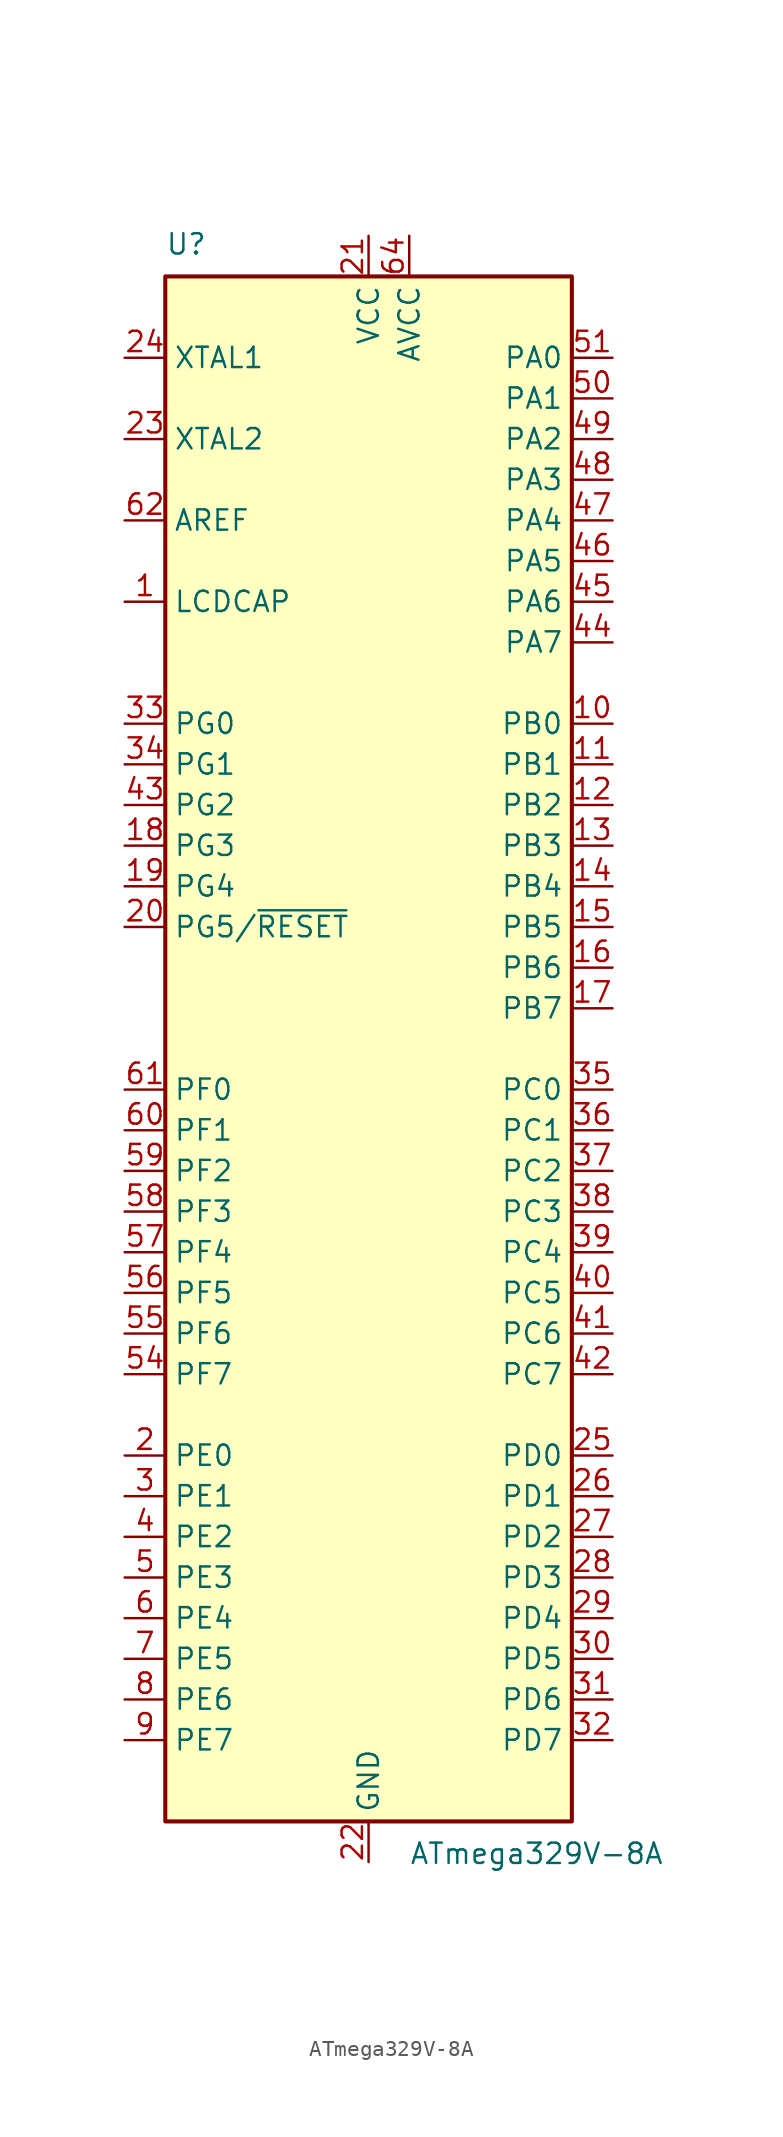
<source format=kicad_sym>
(kicad_symbol_lib
  (version 20201005)
  (generator kicad_symbol_editor)
  (symbol "ATmega329V-8A"
    (property "Reference" "U"
      (at -12.7 49.53 0)
      (effects (font (size 1.27 1.27)) (justify left bottom)))
    (property "Value" "ATmega329V-8A"
      (at 2.54 -49.53 0)
      (effects (font (size 1.27 1.27)) (justify left top)))
    (symbol "ATmega329V-8A_0_1"
      (rectangle (start -12.7 -48.26) (end 12.7 48.26) (stroke (width 0.254)) (fill (type background))))
    (symbol "ATmega329V-8A_1_1"
      (pin passive line (at -15.24 27.94 0) (length 2.54) (name "LCDCAP" (effects (font (size 1.27 1.27)))) (number "1" (effects (font (size 1.27 1.27)))))
      (pin bidirectional line (at 15.24 20.32 180) (length 2.54) (name "PB0" (effects (font (size 1.27 1.27)))) (number "10" (effects (font (size 1.27 1.27)))))
      (pin bidirectional line (at 15.24 17.78 180) (length 2.54) (name "PB1" (effects (font (size 1.27 1.27)))) (number "11" (effects (font (size 1.27 1.27)))))
      (pin bidirectional line (at 15.24 15.24 180) (length 2.54) (name "PB2" (effects (font (size 1.27 1.27)))) (number "12" (effects (font (size 1.27 1.27)))))
      (pin bidirectional line (at 15.24 12.7 180) (length 2.54) (name "PB3" (effects (font (size 1.27 1.27)))) (number "13" (effects (font (size 1.27 1.27)))))
      (pin bidirectional line (at 15.24 10.16 180) (length 2.54) (name "PB4" (effects (font (size 1.27 1.27)))) (number "14" (effects (font (size 1.27 1.27)))))
      (pin bidirectional line (at 15.24 7.62 180) (length 2.54) (name "PB5" (effects (font (size 1.27 1.27)))) (number "15" (effects (font (size 1.27 1.27)))))
      (pin bidirectional line (at 15.24 5.08 180) (length 2.54) (name "PB6" (effects (font (size 1.27 1.27)))) (number "16" (effects (font (size 1.27 1.27)))))
      (pin bidirectional line (at 15.24 2.54 180) (length 2.54) (name "PB7" (effects (font (size 1.27 1.27)))) (number "17" (effects (font (size 1.27 1.27)))))
      (pin bidirectional line (at -15.24 12.7 0) (length 2.54) (name "PG3" (effects (font (size 1.27 1.27)))) (number "18" (effects (font (size 1.27 1.27)))))
      (pin bidirectional line (at -15.24 10.16 0) (length 2.54) (name "PG4" (effects (font (size 1.27 1.27)))) (number "19" (effects (font (size 1.27 1.27)))))
      (pin bidirectional line (at -15.24 -25.4 0) (length 2.54) (name "PE0" (effects (font (size 1.27 1.27)))) (number "2" (effects (font (size 1.27 1.27)))))
      (pin bidirectional line (at -15.24 7.62 0) (length 2.54) (name "PG5/~RESET" (effects (font (size 1.27 1.27)))) (number "20" (effects (font (size 1.27 1.27)))))
      (pin power_in line (at 0 50.8 270) (length 2.54) (name "VCC" (effects (font (size 1.27 1.27)))) (number "21" (effects (font (size 1.27 1.27)))))
      (pin power_in line (at 0 -50.8 90) (length 2.54) (name "GND" (effects (font (size 1.27 1.27)))) (number "22" (effects (font (size 1.27 1.27)))))
      (pin output line (at -15.24 38.1 0) (length 2.54) (name "XTAL2" (effects (font (size 1.27 1.27)))) (number "23" (effects (font (size 1.27 1.27)))))
      (pin input line (at -15.24 43.18 0) (length 2.54) (name "XTAL1" (effects (font (size 1.27 1.27)))) (number "24" (effects (font (size 1.27 1.27)))))
      (pin bidirectional line (at 15.24 -25.4 180) (length 2.54) (name "PD0" (effects (font (size 1.27 1.27)))) (number "25" (effects (font (size 1.27 1.27)))))
      (pin bidirectional line (at 15.24 -27.94 180) (length 2.54) (name "PD1" (effects (font (size 1.27 1.27)))) (number "26" (effects (font (size 1.27 1.27)))))
      (pin bidirectional line (at 15.24 -30.48 180) (length 2.54) (name "PD2" (effects (font (size 1.27 1.27)))) (number "27" (effects (font (size 1.27 1.27)))))
      (pin bidirectional line (at 15.24 -33.02 180) (length 2.54) (name "PD3" (effects (font (size 1.27 1.27)))) (number "28" (effects (font (size 1.27 1.27)))))
      (pin bidirectional line (at 15.24 -35.56 180) (length 2.54) (name "PD4" (effects (font (size 1.27 1.27)))) (number "29" (effects (font (size 1.27 1.27)))))
      (pin bidirectional line (at -15.24 -27.94 0) (length 2.54) (name "PE1" (effects (font (size 1.27 1.27)))) (number "3" (effects (font (size 1.27 1.27)))))
      (pin bidirectional line (at 15.24 -38.1 180) (length 2.54) (name "PD5" (effects (font (size 1.27 1.27)))) (number "30" (effects (font (size 1.27 1.27)))))
      (pin bidirectional line (at 15.24 -40.64 180) (length 2.54) (name "PD6" (effects (font (size 1.27 1.27)))) (number "31" (effects (font (size 1.27 1.27)))))
      (pin bidirectional line (at 15.24 -43.18 180) (length 2.54) (name "PD7" (effects (font (size 1.27 1.27)))) (number "32" (effects (font (size 1.27 1.27)))))
      (pin bidirectional line (at -15.24 20.32 0) (length 2.54) (name "PG0" (effects (font (size 1.27 1.27)))) (number "33" (effects (font (size 1.27 1.27)))))
      (pin bidirectional line (at -15.24 17.78 0) (length 2.54) (name "PG1" (effects (font (size 1.27 1.27)))) (number "34" (effects (font (size 1.27 1.27)))))
      (pin bidirectional line (at 15.24 -2.54 180) (length 2.54) (name "PC0" (effects (font (size 1.27 1.27)))) (number "35" (effects (font (size 1.27 1.27)))))
      (pin bidirectional line (at 15.24 -5.08 180) (length 2.54) (name "PC1" (effects (font (size 1.27 1.27)))) (number "36" (effects (font (size 1.27 1.27)))))
      (pin bidirectional line (at 15.24 -7.62 180) (length 2.54) (name "PC2" (effects (font (size 1.27 1.27)))) (number "37" (effects (font (size 1.27 1.27)))))
      (pin bidirectional line (at 15.24 -10.16 180) (length 2.54) (name "PC3" (effects (font (size 1.27 1.27)))) (number "38" (effects (font (size 1.27 1.27)))))
      (pin bidirectional line (at 15.24 -12.7 180) (length 2.54) (name "PC4" (effects (font (size 1.27 1.27)))) (number "39" (effects (font (size 1.27 1.27)))))
      (pin bidirectional line (at -15.24 -30.48 0) (length 2.54) (name "PE2" (effects (font (size 1.27 1.27)))) (number "4" (effects (font (size 1.27 1.27)))))
      (pin bidirectional line (at 15.24 -15.24 180) (length 2.54) (name "PC5" (effects (font (size 1.27 1.27)))) (number "40" (effects (font (size 1.27 1.27)))))
      (pin bidirectional line (at 15.24 -17.78 180) (length 2.54) (name "PC6" (effects (font (size 1.27 1.27)))) (number "41" (effects (font (size 1.27 1.27)))))
      (pin bidirectional line (at 15.24 -20.32 180) (length 2.54) (name "PC7" (effects (font (size 1.27 1.27)))) (number "42" (effects (font (size 1.27 1.27)))))
      (pin bidirectional line (at -15.24 15.24 0) (length 2.54) (name "PG2" (effects (font (size 1.27 1.27)))) (number "43" (effects (font (size 1.27 1.27)))))
      (pin bidirectional line (at 15.24 25.4 180) (length 2.54) (name "PA7" (effects (font (size 1.27 1.27)))) (number "44" (effects (font (size 1.27 1.27)))))
      (pin bidirectional line (at 15.24 27.94 180) (length 2.54) (name "PA6" (effects (font (size 1.27 1.27)))) (number "45" (effects (font (size 1.27 1.27)))))
      (pin bidirectional line (at 15.24 30.48 180) (length 2.54) (name "PA5" (effects (font (size 1.27 1.27)))) (number "46" (effects (font (size 1.27 1.27)))))
      (pin bidirectional line (at 15.24 33.02 180) (length 2.54) (name "PA4" (effects (font (size 1.27 1.27)))) (number "47" (effects (font (size 1.27 1.27)))))
      (pin bidirectional line (at 15.24 35.56 180) (length 2.54) (name "PA3" (effects (font (size 1.27 1.27)))) (number "48" (effects (font (size 1.27 1.27)))))
      (pin bidirectional line (at 15.24 38.1 180) (length 2.54) (name "PA2" (effects (font (size 1.27 1.27)))) (number "49" (effects (font (size 1.27 1.27)))))
      (pin bidirectional line (at -15.24 -33.02 0) (length 2.54) (name "PE3" (effects (font (size 1.27 1.27)))) (number "5" (effects (font (size 1.27 1.27)))))
      (pin bidirectional line (at 15.24 40.64 180) (length 2.54) (name "PA1" (effects (font (size 1.27 1.27)))) (number "50" (effects (font (size 1.27 1.27)))))
      (pin bidirectional line (at 15.24 43.18 180) (length 2.54) (name "PA0" (effects (font (size 1.27 1.27)))) (number "51" (effects (font (size 1.27 1.27)))))
      (pin passive line (at 0 50.8 270) (length 2.54) hide (name "VCC" (effects (font (size 1.27 1.27)))) (number "52" (effects (font (size 1.27 1.27)))))
      (pin passive line (at 0 -50.8 90) (length 2.54) hide (name "GND" (effects (font (size 1.27 1.27)))) (number "53" (effects (font (size 1.27 1.27)))))
      (pin bidirectional line (at -15.24 -20.32 0) (length 2.54) (name "PF7" (effects (font (size 1.27 1.27)))) (number "54" (effects (font (size 1.27 1.27)))))
      (pin bidirectional line (at -15.24 -17.78 0) (length 2.54) (name "PF6" (effects (font (size 1.27 1.27)))) (number "55" (effects (font (size 1.27 1.27)))))
      (pin bidirectional line (at -15.24 -15.24 0) (length 2.54) (name "PF5" (effects (font (size 1.27 1.27)))) (number "56" (effects (font (size 1.27 1.27)))))
      (pin bidirectional line (at -15.24 -12.7 0) (length 2.54) (name "PF4" (effects (font (size 1.27 1.27)))) (number "57" (effects (font (size 1.27 1.27)))))
      (pin bidirectional line (at -15.24 -10.16 0) (length 2.54) (name "PF3" (effects (font (size 1.27 1.27)))) (number "58" (effects (font (size 1.27 1.27)))))
      (pin bidirectional line (at -15.24 -7.62 0) (length 2.54) (name "PF2" (effects (font (size 1.27 1.27)))) (number "59" (effects (font (size 1.27 1.27)))))
      (pin bidirectional line (at -15.24 -35.56 0) (length 2.54) (name "PE4" (effects (font (size 1.27 1.27)))) (number "6" (effects (font (size 1.27 1.27)))))
      (pin bidirectional line (at -15.24 -5.08 0) (length 2.54) (name "PF1" (effects (font (size 1.27 1.27)))) (number "60" (effects (font (size 1.27 1.27)))))
      (pin bidirectional line (at -15.24 -2.54 0) (length 2.54) (name "PF0" (effects (font (size 1.27 1.27)))) (number "61" (effects (font (size 1.27 1.27)))))
      (pin passive line (at -15.24 33.02 0) (length 2.54) (name "AREF" (effects (font (size 1.27 1.27)))) (number "62" (effects (font (size 1.27 1.27)))))
      (pin passive line (at 0 -50.8 90) (length 2.54) hide (name "GND" (effects (font (size 1.27 1.27)))) (number "63" (effects (font (size 1.27 1.27)))))
      (pin power_in line (at 2.54 50.8 270) (length 2.54) (name "AVCC" (effects (font (size 1.27 1.27)))) (number "64" (effects (font (size 1.27 1.27)))))
      (pin bidirectional line (at -15.24 -38.1 0) (length 2.54) (name "PE5" (effects (font (size 1.27 1.27)))) (number "7" (effects (font (size 1.27 1.27)))))
      (pin bidirectional line (at -15.24 -40.64 0) (length 2.54) (name "PE6" (effects (font (size 1.27 1.27)))) (number "8" (effects (font (size 1.27 1.27)))))
      (pin bidirectional line (at -15.24 -43.18 0) (length 2.54) (name "PE7" (effects (font (size 1.27 1.27)))) (number "9" (effects (font (size 1.27 1.27))))))))
</source>
